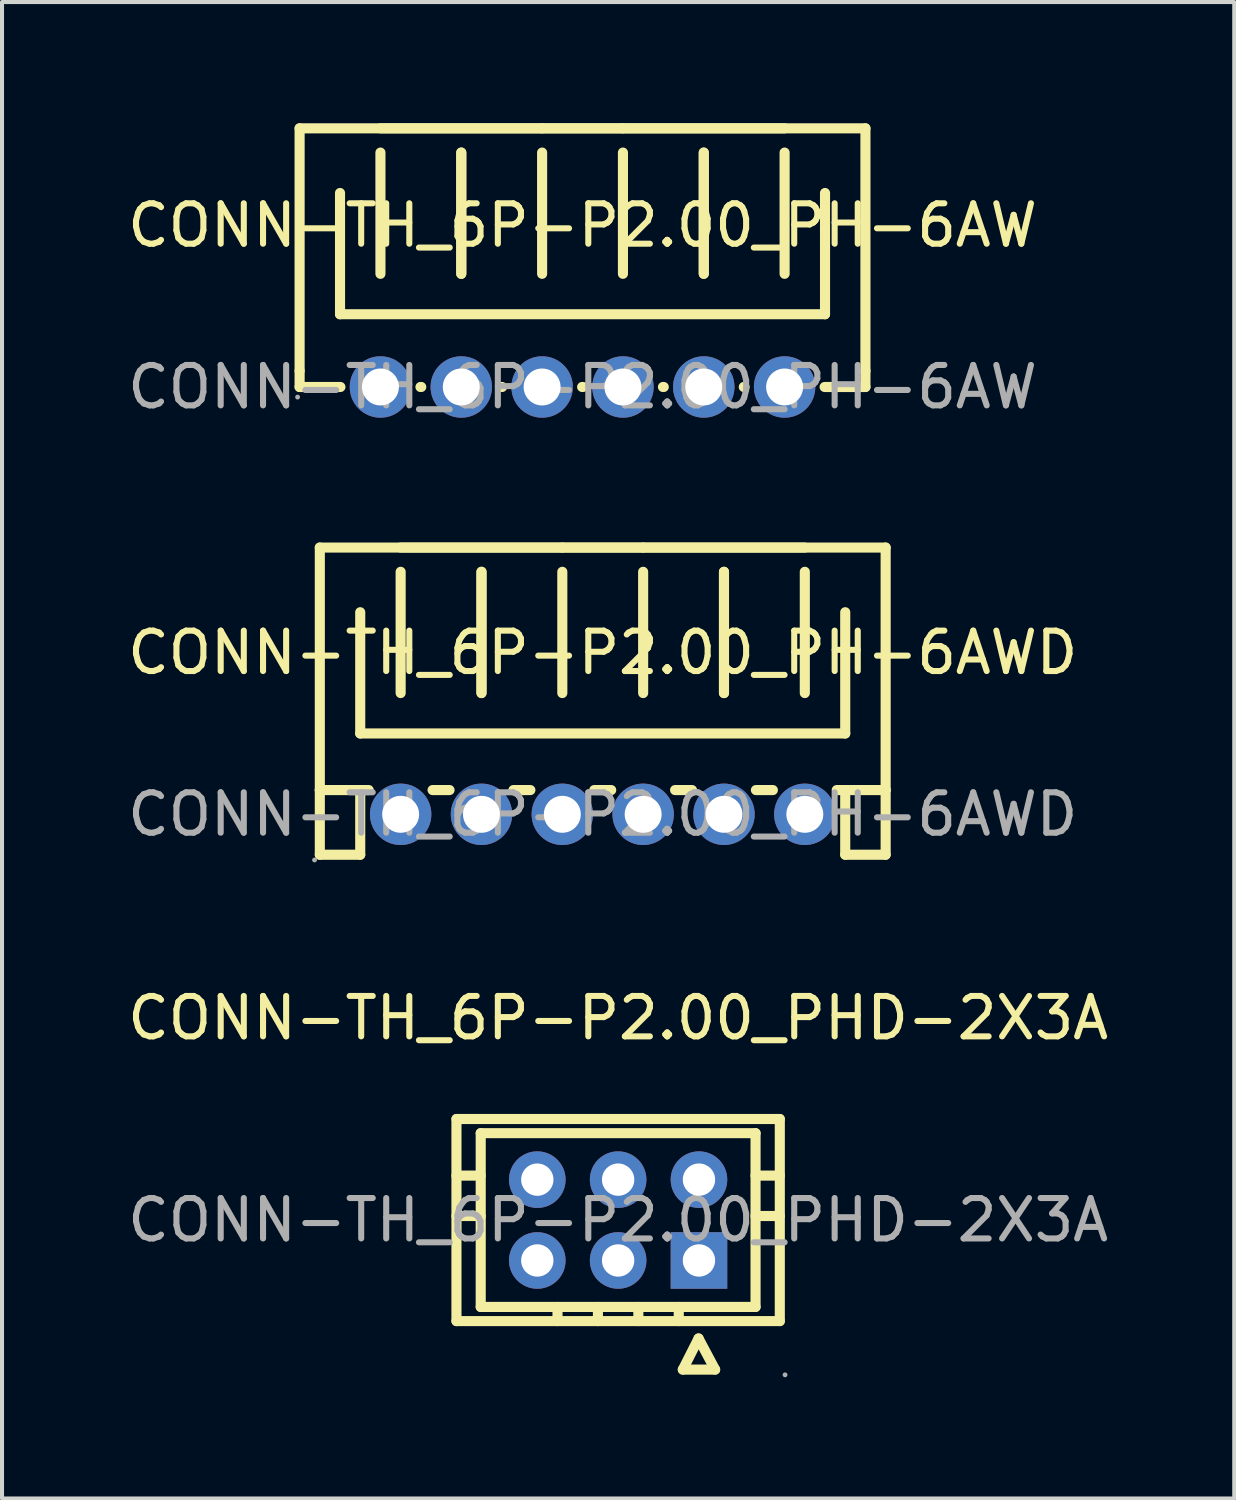
<source format=kicad_pcb>
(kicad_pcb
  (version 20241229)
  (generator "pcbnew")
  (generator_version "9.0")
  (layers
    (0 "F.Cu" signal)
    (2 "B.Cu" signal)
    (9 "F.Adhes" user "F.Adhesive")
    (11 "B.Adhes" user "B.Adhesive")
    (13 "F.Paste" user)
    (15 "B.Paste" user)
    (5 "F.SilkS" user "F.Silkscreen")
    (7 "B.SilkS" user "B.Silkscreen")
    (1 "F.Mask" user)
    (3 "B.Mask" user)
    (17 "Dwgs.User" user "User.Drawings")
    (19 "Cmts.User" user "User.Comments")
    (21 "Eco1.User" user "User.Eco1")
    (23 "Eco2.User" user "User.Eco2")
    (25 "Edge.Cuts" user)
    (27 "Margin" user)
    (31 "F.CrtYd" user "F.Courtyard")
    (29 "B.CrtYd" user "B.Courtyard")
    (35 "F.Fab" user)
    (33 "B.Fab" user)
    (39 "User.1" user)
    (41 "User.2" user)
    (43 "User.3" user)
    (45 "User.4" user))
  (footprint "CONN-TH_6P-P2.00_PHD-2X3A"
    (layer "F.Cu")
    (at 12.244 27.137)
    (property "Reference" "CONN-TH_6P-P2.00_PHD-2X3A" (at 0 -5 0) (layer "F.SilkS") (effects (font (size 1 1) (thickness 0.15))))
    (attr through_hole)
    (fp_line (start -4 -2.5) (end 4 -2.5) (stroke (width 0.25) (type solid)) (layer "F.SilkS"))
    (fp_line (start -4 2.5) (end -4 -2.5) (stroke (width 0.25) (type solid)) (layer "F.SilkS"))
    (fp_line (start -3.4 -2.15) (end 3.4 -2.15) (stroke (width 0.25) (type solid)) (layer "F.SilkS"))
    (fp_line (start -3.4 -1.1) (end -4 -1.1) (stroke (width 0.25) (type solid)) (layer "F.SilkS"))
    (fp_line (start -3.4 -0.1) (end -4 -0.1) (stroke (width 0.25) (type solid)) (layer "F.SilkS"))
    (fp_line (start -3.4 2.15) (end -3.4 -2.15) (stroke (width 0.25) (type solid)) (layer "F.SilkS"))
    (fp_line (start -1.5 2.15) (end -1.5 2.5) (stroke (width 0.25) (type solid)) (layer "F.SilkS"))
    (fp_line (start -0.5 2.15) (end -0.5 2.5) (stroke (width 0.25) (type solid)) (layer "F.SilkS"))
    (fp_line (start 0.5 2.15) (end 0.5 2.5) (stroke (width 0.25) (type solid)) (layer "F.SilkS"))
    (fp_line (start 1.5 2.15) (end 1.5 2.5) (stroke (width 0.25) (type solid)) (layer "F.SilkS"))
    (fp_line (start 1.6 3.7) (end 1.99 2.93) (stroke (width 0.25) (type solid)) (layer "F.SilkS"))
    (fp_line (start 1.99 2.93) (end 2.4 3.7) (stroke (width 0.25) (type solid)) (layer "F.SilkS"))
    (fp_line (start 2.4 3.7) (end 1.6 3.7) (stroke (width 0.25) (type solid)) (layer "F.SilkS"))
    (fp_line (start 3.4 2.15) (end -3.4 2.15) (stroke (width 0.25) (type solid)) (layer "F.SilkS"))
    (fp_line (start 3.4 2.15) (end 3.4 -2.15) (stroke (width 0.25) (type solid)) (layer "F.SilkS"))
    (fp_line (start 4 -1.1) (end 3.4 -1.1) (stroke (width 0.25) (type solid)) (layer "F.SilkS"))
    (fp_line (start 4 -0.1) (end 3.4 -0.1) (stroke (width 0.25) (type solid)) (layer "F.SilkS"))
    (fp_line (start 4 2.5) (end -4 2.5) (stroke (width 0.25) (type solid)) (layer "F.SilkS"))
    (fp_line (start 4 2.5) (end 4 -2.5) (stroke (width 0.25) (type solid)) (layer "F.SilkS"))
    (fp_circle (center -2 -1) (end -1.85 -1) (stroke (width 0.3) (type solid)) (fill no) (layer "F.Fab"))
    (fp_circle (center -2 1) (end -1.85 1) (stroke (width 0.3) (type solid)) (fill no) (layer "F.Fab"))
    (fp_circle (center 0 -1) (end 0.15 -1) (stroke (width 0.3) (type solid)) (fill no) (layer "F.Fab"))
    (fp_circle (center 0 1) (end 0.15 1) (stroke (width 0.3) (type solid)) (fill no) (layer "F.Fab"))
    (fp_circle (center 2 -1) (end 2.15 -1) (stroke (width 0.3) (type solid)) (fill no) (layer "F.Fab"))
    (fp_circle (center 2 1) (end 2.15 1) (stroke (width 0.3) (type solid)) (fill no) (layer "F.Fab"))
    (fp_circle (center 4.13 3.83) (end 4.16 3.83) (stroke (width 0.06) (type solid)) (fill no) (layer "F.Fab"))
    (fp_text user "${REFERENCE}" (at 0 0 0) (layer "F.Fab") (effects (font (size 1 1) (thickness 0.15))))
    (pad "1" thru_hole rect (at 2 1 180) (size 1.4 1.4) (drill 0.8) (layers "*.Cu" "*.Paste" "*.Mask"))
    (pad "2" thru_hole circle (at 0 1 180) (size 1.4 1.4) (drill 0.8) (layers "*.Cu" "*.Paste" "*.Mask"))
    (pad "3" thru_hole circle (at -2 1 180) (size 1.4 1.4) (drill 0.8) (layers "*.Cu" "*.Paste" "*.Mask"))
    (pad "4" thru_hole circle (at 2 -1 180) (size 1.4 1.4) (drill 0.8) (layers "*.Cu" "*.Paste" "*.Mask"))
    (pad "5" thru_hole circle (at 0 -1 180) (size 1.4 1.4) (drill 0.8) (layers "*.Cu" "*.Paste" "*.Mask"))
    (pad "6" thru_hole circle (at -2 -1 180) (size 1.4 1.4) (drill 0.8) (layers "*.Cu" "*.Paste" "*.Mask")))
  (footprint "CONN-TH_6P-P2.00_PH-6AWD"
    (layer "F.Cu")
    (at 11.863 17.098)
    (property "Reference" "CONN-TH_6P-P2.00_PH-6AWD" (at 0 -4 0) (layer "F.SilkS") (effects (font (size 1 1) (thickness 0.15))))
    (attr through_hole)
    (fp_line (start -7 -6.6) (end -1 -6.6) (stroke (width 0.25) (type solid)) (layer "F.SilkS"))
    (fp_line (start -7 -0.6) (end -7 -6.6) (stroke (width 0.25) (type solid)) (layer "F.SilkS"))
    (fp_line (start -7 -0.6) (end -7 1) (stroke (width 0.25) (type solid)) (layer "F.SilkS"))
    (fp_line (start -7 -0.6) (end -5.79 -0.6) (stroke (width 0.25) (type solid)) (layer "F.SilkS"))
    (fp_line (start -7 1) (end -6 1) (stroke (width 0.25) (type solid)) (layer "F.SilkS"))
    (fp_line (start -6 -5) (end -6 -2) (stroke (width 0.25) (type solid)) (layer "F.SilkS"))
    (fp_line (start -6 -2) (end 6 -2) (stroke (width 0.25) (type solid)) (layer "F.SilkS"))
    (fp_line (start -6 1) (end -6 -0.6) (stroke (width 0.25) (type solid)) (layer "F.SilkS"))
    (fp_line (start -5 -6.6) (end 1 -6.6) (stroke (width 0.25) (type solid)) (layer "F.SilkS"))
    (fp_line (start -5 -3) (end -5 -6) (stroke (width 0.25) (type solid)) (layer "F.SilkS"))
    (fp_line (start -4.21 -0.6) (end -3.79 -0.6) (stroke (width 0.25) (type solid)) (layer "F.SilkS"))
    (fp_line (start -3 -6) (end -3 -3) (stroke (width 0.25) (type solid)) (layer "F.SilkS"))
    (fp_line (start -3 -3) (end -3 -6) (stroke (width 0.25) (type solid)) (layer "F.SilkS"))
    (fp_line (start -2.21 -0.6) (end -1.79 -0.6) (stroke (width 0.25) (type solid)) (layer "F.SilkS"))
    (fp_line (start -1 -6.6) (end 5 -6.6) (stroke (width 0.25) (type solid)) (layer "F.SilkS"))
    (fp_line (start -1 -6) (end -1 -3) (stroke (width 0.25) (type solid)) (layer "F.SilkS"))
    (fp_line (start -0.21 -0.6) (end 0.21 -0.6) (stroke (width 0.25) (type solid)) (layer "F.SilkS"))
    (fp_line (start 1 -6.6) (end 7 -6.6) (stroke (width 0.25) (type solid)) (layer "F.SilkS"))
    (fp_line (start 1 -3) (end 1 -6) (stroke (width 0.25) (type solid)) (layer "F.SilkS"))
    (fp_line (start 1.79 -0.6) (end 2.21 -0.6) (stroke (width 0.25) (type solid)) (layer "F.SilkS"))
    (fp_line (start 3 -6) (end 3 -3) (stroke (width 0.25) (type solid)) (layer "F.SilkS"))
    (fp_line (start 3 -3) (end 3 -6) (stroke (width 0.25) (type solid)) (layer "F.SilkS"))
    (fp_line (start 3.79 -0.6) (end 4.21 -0.6) (stroke (width 0.25) (type solid)) (layer "F.SilkS"))
    (fp_line (start 5 -6) (end 5 -3) (stroke (width 0.25) (type solid)) (layer "F.SilkS"))
    (fp_line (start 5.79 -0.6) (end 7 -0.6) (stroke (width 0.25) (type solid)) (layer "F.SilkS"))
    (fp_line (start 6 -2) (end 6 -5) (stroke (width 0.25) (type solid)) (layer "F.SilkS"))
    (fp_line (start 6 1) (end 6 -0.6) (stroke (width 0.25) (type solid)) (layer "F.SilkS"))
    (fp_line (start 7 -0.6) (end 7 -6.6) (stroke (width 0.25) (type solid)) (layer "F.SilkS"))
    (fp_line (start 7 -0.6) (end 7 1) (stroke (width 0.25) (type solid)) (layer "F.SilkS"))
    (fp_line (start 7 1) (end 6 1) (stroke (width 0.25) (type solid)) (layer "F.SilkS"))
    (fp_circle (center -7.13 1.13) (end -7.1 1.13) (stroke (width 0.06) (type solid)) (fill no) (layer "F.Fab"))
    (fp_circle (center -5 0) (end -4.82 0) (stroke (width 0.36) (type solid)) (fill no) (layer "F.Fab"))
    (fp_circle (center -3 0) (end -2.82 0) (stroke (width 0.36) (type solid)) (fill no) (layer "F.Fab"))
    (fp_circle (center -1 0) (end -0.82 0) (stroke (width 0.36) (type solid)) (fill no) (layer "F.Fab"))
    (fp_circle (center 1 0) (end 1.18 0) (stroke (width 0.36) (type solid)) (fill no) (layer "F.Fab"))
    (fp_circle (center 3 0) (end 3.18 0) (stroke (width 0.36) (type solid)) (fill no) (layer "F.Fab"))
    (fp_circle (center 5 0) (end 5.18 0) (stroke (width 0.36) (type solid)) (fill no) (layer "F.Fab"))
    (fp_text user "${REFERENCE}" (at 0 0 0) (layer "F.Fab") (effects (font (size 1 1) (thickness 0.15))))
    (pad "1" thru_hole circle (at -5 0) (size 1.52 1.52) (drill 0.914) (layers "*.Cu" "*.Paste" "*.Mask"))
    (pad "2" thru_hole circle (at -3 0) (size 1.52 1.52) (drill 0.914) (layers "*.Cu" "*.Paste" "*.Mask"))
    (pad "3" thru_hole circle (at -1 0) (size 1.52 1.52) (drill 0.914) (layers "*.Cu" "*.Paste" "*.Mask"))
    (pad "4" thru_hole circle (at 1 0) (size 1.52 1.52) (drill 0.914) (layers "*.Cu" "*.Paste" "*.Mask"))
    (pad "5" thru_hole circle (at 3 0) (size 1.52 1.52) (drill 0.914) (layers "*.Cu" "*.Paste" "*.Mask"))
    (pad "6" thru_hole circle (at 5 0) (size 1.52 1.52) (drill 0.914) (layers "*.Cu" "*.Paste" "*.Mask")))
  (footprint "CONN-TH_6P-P2.00_PH-6AW"
    (layer "F.Cu")
    (at 11.363 6.525)
    (property "Reference" "CONN-TH_6P-P2.00_PH-6AW" (at 0 -4 0) (layer "F.SilkS") (effects (font (size 1 1) (thickness 0.15))))
    (attr through_hole)
    (fp_line (start -7 -6.4) (end -1 -6.4) (stroke (width 0.25) (type solid)) (layer "F.SilkS"))
    (fp_line (start -7 -0.4) (end -7 -6.4) (stroke (width 0.25) (type solid)) (layer "F.SilkS"))
    (fp_line (start -7 0) (end -7 -0.4) (stroke (width 0.25) (type solid)) (layer "F.SilkS"))
    (fp_line (start -6 -4.8) (end -6 -1.8) (stroke (width 0.25) (type solid)) (layer "F.SilkS"))
    (fp_line (start -6 -1.8) (end 6 -1.8) (stroke (width 0.25) (type solid)) (layer "F.SilkS"))
    (fp_line (start -5.99 0) (end -7 0) (stroke (width 0.25) (type solid)) (layer "F.SilkS"))
    (fp_line (start -5 -6.4) (end 1 -6.4) (stroke (width 0.25) (type solid)) (layer "F.SilkS"))
    (fp_line (start -5 -2.8) (end -5 -5.8) (stroke (width 0.25) (type solid)) (layer "F.SilkS"))
    (fp_line (start -3.99 0) (end -4.01 0) (stroke (width 0.25) (type solid)) (layer "F.SilkS"))
    (fp_line (start -3 -5.8) (end -3 -2.8) (stroke (width 0.25) (type solid)) (layer "F.SilkS"))
    (fp_line (start -3 -2.8) (end -3 -5.8) (stroke (width 0.25) (type solid)) (layer "F.SilkS"))
    (fp_line (start -1.99 0) (end -2.01 0) (stroke (width 0.25) (type solid)) (layer "F.SilkS"))
    (fp_line (start -1 -6.4) (end 5 -6.4) (stroke (width 0.25) (type solid)) (layer "F.SilkS"))
    (fp_line (start -1 -5.8) (end -1 -2.8) (stroke (width 0.25) (type solid)) (layer "F.SilkS"))
    (fp_line (start 0.01 0) (end -0.01 0) (stroke (width 0.25) (type solid)) (layer "F.SilkS"))
    (fp_line (start 1 -6.4) (end 7 -6.4) (stroke (width 0.25) (type solid)) (layer "F.SilkS"))
    (fp_line (start 1 -2.8) (end 1 -5.8) (stroke (width 0.25) (type solid)) (layer "F.SilkS"))
    (fp_line (start 2.01 0) (end 1.99 0) (stroke (width 0.25) (type solid)) (layer "F.SilkS"))
    (fp_line (start 3 -5.8) (end 3 -2.8) (stroke (width 0.25) (type solid)) (layer "F.SilkS"))
    (fp_line (start 3 -2.8) (end 3 -5.8) (stroke (width 0.25) (type solid)) (layer "F.SilkS"))
    (fp_line (start 4.01 0) (end 3.99 0) (stroke (width 0.25) (type solid)) (layer "F.SilkS"))
    (fp_line (start 5 -5.8) (end 5 -2.8) (stroke (width 0.25) (type solid)) (layer "F.SilkS"))
    (fp_line (start 6 -1.8) (end 6 -4.8) (stroke (width 0.25) (type solid)) (layer "F.SilkS"))
    (fp_line (start 7 -0.4) (end 7 -6.4) (stroke (width 0.25) (type solid)) (layer "F.SilkS"))
    (fp_line (start 7 -0.4) (end 7 0) (stroke (width 0.25) (type solid)) (layer "F.SilkS"))
    (fp_line (start 7 0) (end 5.99 0) (stroke (width 0.25) (type solid)) (layer "F.SilkS"))
    (fp_circle (center -7.05 0.25) (end -7.02 0.25) (stroke (width 0.06) (type solid)) (fill no) (layer "F.Fab"))
    (fp_text user "${REFERENCE}" (at 0 0 0) (layer "F.Fab") (effects (font (size 1 1) (thickness 0.15))))
    (pad "1" thru_hole circle (at -5 0) (size 1.52 1.52) (drill 0.914) (layers "*.Cu" "*.Paste" "*.Mask"))
    (pad "2" thru_hole circle (at -3 0) (size 1.52 1.52) (drill 0.914) (layers "*.Cu" "*.Paste" "*.Mask"))
    (pad "3" thru_hole circle (at -1 0) (size 1.52 1.52) (drill 0.914) (layers "*.Cu" "*.Paste" "*.Mask"))
    (pad "4" thru_hole circle (at 1 0) (size 1.52 1.52) (drill 0.914) (layers "*.Cu" "*.Paste" "*.Mask"))
    (pad "5" thru_hole circle (at 3 0) (size 1.52 1.52) (drill 0.914) (layers "*.Cu" "*.Paste" "*.Mask"))
    (pad "6" thru_hole circle (at 5 0) (size 1.52 1.52) (drill 0.914) (layers "*.Cu" "*.Paste" "*.Mask")))
  (gr_rect
    (start -3 -3)
    (end 27.488 34.026)
    (stroke (width 0.1) (type default))
    (fill no)
    (layer "Edge.Cuts")))
</source>
